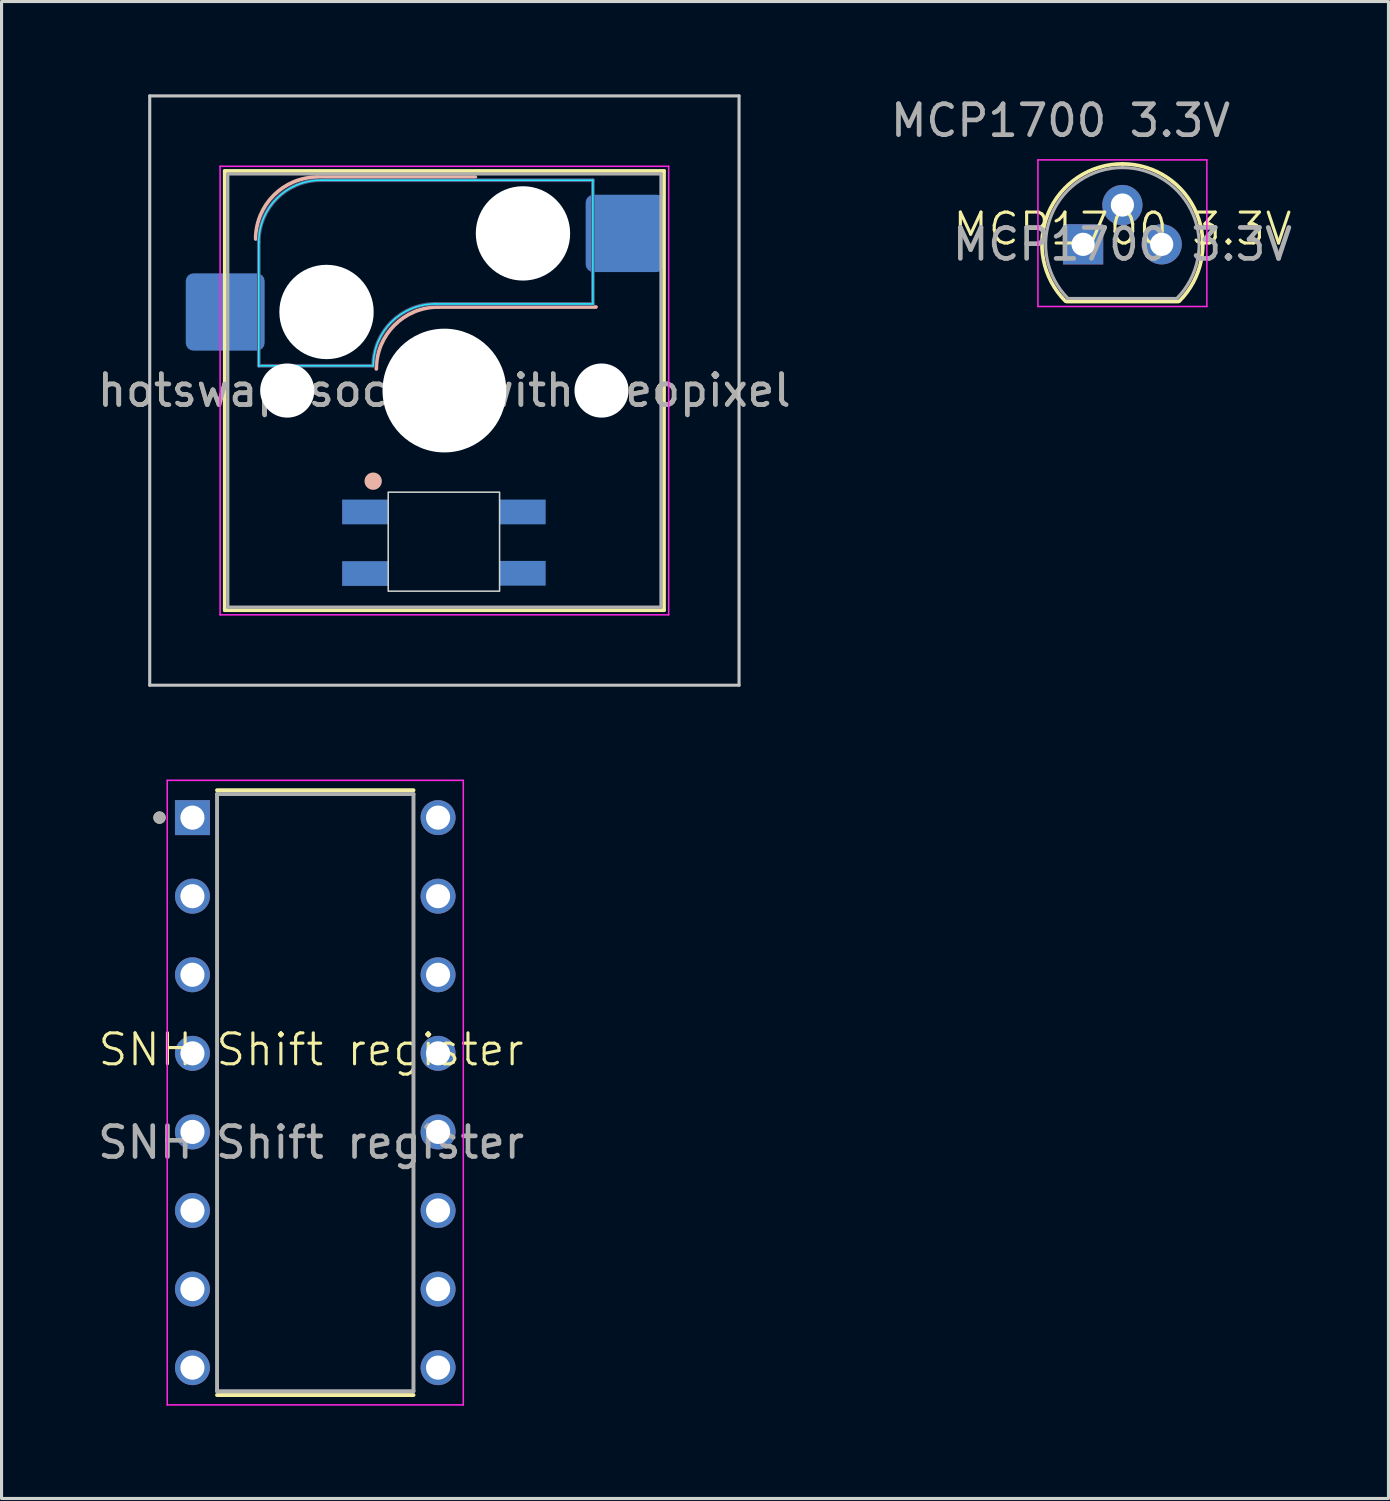
<source format=kicad_pcb>
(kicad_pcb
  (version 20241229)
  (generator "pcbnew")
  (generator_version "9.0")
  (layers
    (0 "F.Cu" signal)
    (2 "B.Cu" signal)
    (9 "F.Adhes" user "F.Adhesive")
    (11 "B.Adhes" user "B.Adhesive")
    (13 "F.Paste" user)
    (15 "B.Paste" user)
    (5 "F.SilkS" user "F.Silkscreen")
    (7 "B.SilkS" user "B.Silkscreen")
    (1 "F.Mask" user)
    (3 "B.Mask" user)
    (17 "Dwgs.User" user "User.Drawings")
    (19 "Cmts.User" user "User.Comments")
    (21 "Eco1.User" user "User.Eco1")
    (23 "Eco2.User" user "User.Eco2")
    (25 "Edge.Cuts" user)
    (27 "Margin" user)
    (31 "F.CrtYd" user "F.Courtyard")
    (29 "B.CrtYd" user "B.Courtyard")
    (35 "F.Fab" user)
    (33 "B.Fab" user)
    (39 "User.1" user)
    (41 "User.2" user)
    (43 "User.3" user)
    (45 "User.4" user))
  (footprint "SNH Shift register"
    (layer "F.Cu")
    (at 7.006 31.38)
    (property "Reference" "SNH Shift register" (at 0 -0.5 0) (unlocked yes) (layer "F.SilkS") (effects (font (size 1 1) (thickness 0.1))))
    (attr through_hole)
    (fp_line (start -3.04 -8.885) (end 3.31 -8.885) (stroke (width 0.127) (type solid)) (layer "F.SilkS"))
    (fp_line (start -3.04 10.665) (end 3.31 10.665) (stroke (width 0.127) (type solid)) (layer "F.SilkS"))
    (fp_circle (center -4.9 -8) (end -4.8 -8) (stroke (width 0.2) (type solid)) (fill no) (layer "F.SilkS"))
    (fp_line (start -4.65 -9.205) (end -4.65 10.985) (stroke (width 0.05) (type solid)) (layer "F.CrtYd"))
    (fp_line (start 4.92 -9.205) (end -4.65 -9.205) (stroke (width 0.05) (type solid)) (layer "F.CrtYd"))
    (fp_line (start 4.92 -9.205) (end 4.92 10.985) (stroke (width 0.05) (type solid)) (layer "F.CrtYd"))
    (fp_line (start 4.92 10.985) (end -4.65 10.985) (stroke (width 0.05) (type solid)) (layer "F.CrtYd"))
    (fp_line (start -3.04 -8.762) (end -3.04 10.543) (stroke (width 0.127) (type solid)) (layer "F.Fab"))
    (fp_line (start -3.04 -8.762) (end 3.31 -8.762) (stroke (width 0.127) (type solid)) (layer "F.Fab"))
    (fp_line (start -3.04 10.543) (end 3.31 10.543) (stroke (width 0.127) (type solid)) (layer "F.Fab"))
    (fp_line (start 3.31 -8.762) (end 3.31 10.543) (stroke (width 0.127) (type solid)) (layer "F.Fab"))
    (fp_circle (center -4.9 -8) (end -4.8 -8) (stroke (width 0.2) (type solid)) (fill no) (layer "F.Fab"))
    (fp_text user "${REFERENCE}" (at 0 2.5 0) (unlocked yes) (layer "F.Fab") (effects (font (size 1 1) (thickness 0.15))))
    (pad "1" thru_hole rect (at -3.835 -8) (size 1.13 1.13) (drill 0.78) (layers "*.Cu" "*.Mask"))
    (pad "2" thru_hole circle (at -3.835 -5.46) (size 1.13 1.13) (drill 0.78) (layers "*.Cu" "*.Mask"))
    (pad "3" thru_hole circle (at -3.835 -2.92) (size 1.13 1.13) (drill 0.78) (layers "*.Cu" "*.Mask"))
    (pad "4" thru_hole circle (at -3.835 -0.38) (size 1.13 1.13) (drill 0.78) (layers "*.Cu" "*.Mask"))
    (pad "5" thru_hole circle (at -3.835 2.16) (size 1.13 1.13) (drill 0.78) (layers "*.Cu" "*.Mask"))
    (pad "6" thru_hole circle (at -3.835 4.7) (size 1.13 1.13) (drill 0.78) (layers "*.Cu" "*.Mask"))
    (pad "7" thru_hole circle (at -3.835 7.24) (size 1.13 1.13) (drill 0.78) (layers "*.Cu" "*.Mask"))
    (pad "8" thru_hole circle (at -3.835 9.78) (size 1.13 1.13) (drill 0.78) (layers "*.Cu" "*.Mask"))
    (pad "9" thru_hole circle (at 4.105 9.78) (size 1.13 1.13) (drill 0.78) (layers "*.Cu" "*.Mask"))
    (pad "10" thru_hole circle (at 4.105 7.24) (size 1.13 1.13) (drill 0.78) (layers "*.Cu" "*.Mask"))
    (pad "11" thru_hole circle (at 4.105 4.7) (size 1.13 1.13) (drill 0.78) (layers "*.Cu" "*.Mask"))
    (pad "12" thru_hole circle (at 4.105 2.16) (size 1.13 1.13) (drill 0.78) (layers "*.Cu" "*.Mask"))
    (pad "13" thru_hole circle (at 4.105 -0.38) (size 1.13 1.13) (drill 0.78) (layers "*.Cu" "*.Mask"))
    (pad "14" thru_hole circle (at 4.105 -2.92) (size 1.13 1.13) (drill 0.78) (layers "*.Cu" "*.Mask"))
    (pad "15" thru_hole circle (at 4.105 -5.46) (size 1.13 1.13) (drill 0.78) (layers "*.Cu" "*.Mask"))
    (pad "16" thru_hole circle (at 4.105 -8) (size 1.13 1.13) (drill 0.78) (layers "*.Cu" "*.Mask")))
  (footprint "hotswap socket with neopixel"
    (layer "F.Cu")
    (at 11.29 9.55)
    (property "Reference" "hotswap socket with neopixel" (at 0 0 0) (unlocked yes) (layer "F.SilkS") (effects (font (size 1 1) (thickness 0.1))))
    (attr smd)
    (fp_line (start -7.075 -7.075) (end -7.075 7.125) (stroke (width 0.12) (type solid)) (layer "F.SilkS"))
    (fp_line (start -7.075 7.125) (end 7.125 7.125) (stroke (width 0.12) (type solid)) (layer "F.SilkS"))
    (fp_line (start 7.125 -7.075) (end -7.075 -7.075) (stroke (width 0.12) (type solid)) (layer "F.SilkS"))
    (fp_line (start 7.125 7.125) (end 7.125 -7.075) (stroke (width 0.12) (type solid)) (layer "F.SilkS"))
    (fp_line (start -4.075 -6.875) (end 1.025 -6.875) (stroke (width 0.12) (type solid)) (layer "B.SilkS"))
    (fp_line (start -0.175 -2.675) (end 4.925 -2.675) (stroke (width 0.12) (type solid)) (layer "B.SilkS"))
    (fp_arc (start -6.075 -4.875) (mid -5.489214 -6.289214) (end -4.075 -6.875) (stroke (width 0.12) (type solid)) (layer "B.SilkS"))
    (fp_arc (start -2.175 -0.675) (mid -1.589214 -2.089214) (end -0.175 -2.675) (stroke (width 0.12) (type solid)) (layer "B.SilkS"))
    (fp_circle (center -2.277 2.954) (end -2.047 2.954) (stroke (width 0.1) (type solid)) (fill yes) (layer "B.SilkS"))
    (fp_line (start -9.5 -9.5) (end -9.5 9.55) (stroke (width 0.1) (type solid)) (layer "Dwgs.User"))
    (fp_line (start -9.5 9.55) (end 9.55 9.55) (stroke (width 0.1) (type solid)) (layer "Dwgs.User"))
    (fp_line (start 9.55 -9.5) (end -9.5 -9.5) (stroke (width 0.1) (type solid)) (layer "Dwgs.User"))
    (fp_line (start 9.55 9.55) (end 9.55 -9.5) (stroke (width 0.1) (type solid)) (layer "Dwgs.User"))
    (fp_line (start -7.775 -5.975) (end -6.975 -5.975) (stroke (width 0.1) (type solid)) (layer "Eco1.User"))
    (fp_line (start -7.775 -2.875) (end -7.775 -5.975) (stroke (width 0.1) (type solid)) (layer "Eco1.User"))
    (fp_line (start -7.775 2.925) (end -6.975 2.925) (stroke (width 0.1) (type solid)) (layer "Eco1.User"))
    (fp_line (start -7.775 6.025) (end -7.775 2.925) (stroke (width 0.1) (type solid)) (layer "Eco1.User"))
    (fp_line (start -6.975 -6.975) (end 7.025 -6.975) (stroke (width 0.1) (type solid)) (layer "Eco1.User"))
    (fp_line (start -6.975 -5.975) (end -6.975 -6.975) (stroke (width 0.1) (type solid)) (layer "Eco1.User"))
    (fp_line (start -6.975 -2.875) (end -7.775 -2.875) (stroke (width 0.1) (type solid)) (layer "Eco1.User"))
    (fp_line (start -6.975 2.925) (end -6.975 -2.875) (stroke (width 0.1) (type solid)) (layer "Eco1.User"))
    (fp_line (start -6.975 6.025) (end -7.775 6.025) (stroke (width 0.1) (type solid)) (layer "Eco1.User"))
    (fp_line (start -6.975 7.025) (end -6.975 6.025) (stroke (width 0.1) (type solid)) (layer "Eco1.User"))
    (fp_line (start 7.025 -6.975) (end 7.025 -5.975) (stroke (width 0.1) (type solid)) (layer "Eco1.User"))
    (fp_line (start 7.025 -5.975) (end 7.825 -5.975) (stroke (width 0.1) (type solid)) (layer "Eco1.User"))
    (fp_line (start 7.025 -2.875) (end 7.025 2.925) (stroke (width 0.1) (type solid)) (layer "Eco1.User"))
    (fp_line (start 7.025 2.925) (end 7.825 2.925) (stroke (width 0.1) (type solid)) (layer "Eco1.User"))
    (fp_line (start 7.025 6.025) (end 7.025 7.025) (stroke (width 0.1) (type solid)) (layer "Eco1.User"))
    (fp_line (start 7.025 7.025) (end -6.975 7.025) (stroke (width 0.1) (type solid)) (layer "Eco1.User"))
    (fp_line (start 7.825 -5.975) (end 7.825 -2.875) (stroke (width 0.1) (type solid)) (layer "Eco1.User"))
    (fp_line (start 7.825 -2.875) (end 7.025 -2.875) (stroke (width 0.1) (type solid)) (layer "Eco1.User"))
    (fp_line (start 7.825 2.925) (end 7.825 6.025) (stroke (width 0.1) (type solid)) (layer "Eco1.User"))
    (fp_line (start 7.825 6.025) (end 7.025 6.025) (stroke (width 0.1) (type solid)) (layer "Eco1.User"))
    (fp_rect (start -1.791 3.31) (end 1.809 6.51) (stroke (width 0.05) (type solid)) (fill no) (layer "Edge.Cuts"))
    (fp_line (start -5.975 -0.775) (end -5.975 -4.775) (stroke (width 0.05) (type solid)) (layer "B.CrtYd"))
    (fp_line (start -5.975 -0.775) (end -2.275 -0.775) (stroke (width 0.05) (type solid)) (layer "B.CrtYd"))
    (fp_line (start -3.975 -6.775) (end 4.825 -6.775) (stroke (width 0.05) (type solid)) (layer "B.CrtYd"))
    (fp_line (start -0.275 -2.775) (end 4.825 -2.775) (stroke (width 0.05) (type solid)) (layer "B.CrtYd"))
    (fp_line (start 4.825 -6.775) (end 4.825 -2.775) (stroke (width 0.05) (type solid)) (layer "B.CrtYd"))
    (fp_arc (start -5.975 -4.775) (mid -5.389214 -6.189214) (end -3.975 -6.775) (stroke (width 0.05) (type solid)) (layer "B.CrtYd"))
    (fp_arc (start -2.275 -0.775) (mid -1.689214 -2.189214) (end -0.275 -2.775) (stroke (width 0.05) (type solid)) (layer "B.CrtYd"))
    (fp_line (start -7.225 -7.225) (end -7.225 7.275) (stroke (width 0.05) (type solid)) (layer "F.CrtYd"))
    (fp_line (start -7.225 7.275) (end 7.275 7.275) (stroke (width 0.05) (type solid)) (layer "F.CrtYd"))
    (fp_line (start 7.275 -7.225) (end -7.225 -7.225) (stroke (width 0.05) (type solid)) (layer "F.CrtYd"))
    (fp_line (start 7.275 7.275) (end 7.275 -7.225) (stroke (width 0.05) (type solid)) (layer "F.CrtYd"))
    (fp_line (start -5.975 -0.775) (end -5.975 -4.775) (stroke (width 0.12) (type solid)) (layer "B.Fab"))
    (fp_line (start -5.975 -0.775) (end -2.275 -0.775) (stroke (width 0.12) (type solid)) (layer "B.Fab"))
    (fp_line (start -3.975 -6.775) (end 4.825 -6.775) (stroke (width 0.12) (type solid)) (layer "B.Fab"))
    (fp_line (start -0.275 -2.775) (end 4.825 -2.775) (stroke (width 0.12) (type solid)) (layer "B.Fab"))
    (fp_line (start 4.825 -6.775) (end 4.825 -2.775) (stroke (width 0.12) (type solid)) (layer "B.Fab"))
    (fp_arc (start -5.975 -4.775) (mid -5.389214 -6.189214) (end -3.975 -6.775) (stroke (width 0.12) (type solid)) (layer "B.Fab"))
    (fp_arc (start -2.275 -0.775) (mid -1.689214 -2.189214) (end -0.275 -2.775) (stroke (width 0.12) (type solid)) (layer "B.Fab"))
    (fp_line (start -6.975 -6.975) (end -6.975 7.025) (stroke (width 0.1) (type solid)) (layer "F.Fab"))
    (fp_line (start -6.975 7.025) (end 7.025 7.025) (stroke (width 0.1) (type solid)) (layer "F.Fab"))
    (fp_line (start 7.025 -6.975) (end -6.975 -6.975) (stroke (width 0.1) (type solid)) (layer "F.Fab"))
    (fp_line (start 7.025 7.025) (end 7.025 -6.975) (stroke (width 0.1) (type solid)) (layer "F.Fab"))
    (fp_text user "${REFERENCE}" (at 0.025 0.025 0) (layer "F.Fab") (effects (font (size 1 1) (thickness 0.15))))
    (pad "" np_thru_hole circle (at -5.055 0.025) (size 1.75 1.75) (drill 1.75) (layers "*.Cu" "*.Mask"))
    (pad "" np_thru_hole circle (at -3.785 -2.515) (size 3.05 3.05) (drill 3.05) (layers "*.Cu" "*.Mask"))
    (pad "" np_thru_hole circle (at 0.025 0.025) (size 4 4) (drill 4) (layers "*.Cu" "*.Mask"))
    (pad "" np_thru_hole circle (at 2.565 -5.055) (size 3.05 3.05) (drill 3.05) (layers "*.Cu" "*.Mask"))
    (pad "" np_thru_hole circle (at 5.105 0.025) (size 1.75 1.75) (drill 1.75) (layers "*.Cu" "*.Mask"))
    (pad "1" smd roundrect (at -7.06 -2.515) (size 2.55 2.5) (layers "B.Cu" "B.Mask" "B.Paste") (roundrect_rratio 0.1))
    (pad "2" smd roundrect (at 5.867 -5.055) (size 2.55 2.5) (layers "B.Cu" "B.Mask" "B.Paste") (roundrect_rratio 0.1))
    (pad "3-VDD" smd rect (at 2.549 5.932) (size 1.5 0.8) (layers "B.Cu" "B.Mask" "B.Paste"))
    (pad "4-DOUT" smd rect (at 2.549 3.949) (size 1.5 0.8) (layers "B.Cu" "B.Mask" "B.Paste"))
    (pad "5-DIN" smd rect (at -2.531 5.94) (size 1.5 0.8) (layers "B.Cu" "B.Mask" "B.Paste"))
    (pad "6-GND" smd rect (at -2.531 3.949) (size 1.5 0.8) (layers "B.Cu" "B.Mask" "B.Paste")))
  (footprint "MCP1700 3.3V"
    (layer "F.Cu")
    (at 33.232 4.848)
    (property "Reference" "MCP1700 3.3V" (at 0 -0.5 0) (unlocked yes) (layer "F.SilkS") (effects (font (size 1 1) (thickness 0.1))))
    (attr through_hole)
    (fp_line (start -1.8 1.85) (end 1.8 1.85) (stroke (width 0.12) (type solid)) (layer "F.SilkS"))
    (fp_arc (start -1.838478 1.838478) (mid -2.402087 -0.994977) (end 0 -2.6) (stroke (width 0.12) (type solid)) (layer "F.SilkS"))
    (fp_arc (start 0 -2.6) (mid 2.402087 -0.994977) (end 1.838478 1.838478) (stroke (width 0.12) (type solid)) (layer "F.SilkS"))
    (fp_line (start -2.73 -2.73) (end -2.73 2.01) (stroke (width 0.05) (type solid)) (layer "F.CrtYd"))
    (fp_line (start -2.73 -2.73) (end 2.73 -2.73) (stroke (width 0.05) (type solid)) (layer "F.CrtYd"))
    (fp_line (start 2.73 2.01) (end -2.73 2.01) (stroke (width 0.05) (type solid)) (layer "F.CrtYd"))
    (fp_line (start 2.73 2.01) (end 2.73 -2.73) (stroke (width 0.05) (type solid)) (layer "F.CrtYd"))
    (fp_line (start -1.77 1.75) (end 1.73 1.75) (stroke (width 0.1) (type solid)) (layer "F.Fab"))
    (fp_arc (start -1.753625 1.753625) (mid -2.291221 -0.949055) (end 0 -2.48) (stroke (width 0.1) (type solid)) (layer "F.Fab"))
    (fp_arc (start 0 -2.48) (mid 2.291221 -0.949055) (end 1.753625 1.753625) (stroke (width 0.1) (type solid)) (layer "F.Fab"))
    (fp_text user "${REFERENCE}" (at -2 -4 0) (unlocked yes) (layer "F.Fab") (effects (font (size 1 1) (thickness 0.15))))
    (fp_text user "${REFERENCE}" (at 0 0 0) (layer "F.Fab") (effects (font (size 1 1) (thickness 0.15))))
    (pad "1" thru_hole circle (at 0 -1.27) (size 1.3 1.3) (drill 0.75) (layers "*.Cu" "*.Mask"))
    (pad "2" thru_hole rect (at -1.27 0) (size 1.3 1.3) (drill 0.75) (layers "*.Cu" "*.Mask"))
    (pad "3" thru_hole circle (at 1.27 0) (size 1.3 1.3) (drill 0.75) (layers "*.Cu" "*.Mask")))
  (gr_rect
    (start -3 -3)
    (end 41.833 45.39)
    (stroke (width 0.1) (type default))
    (fill no)
    (layer "Edge.Cuts")))
</source>
